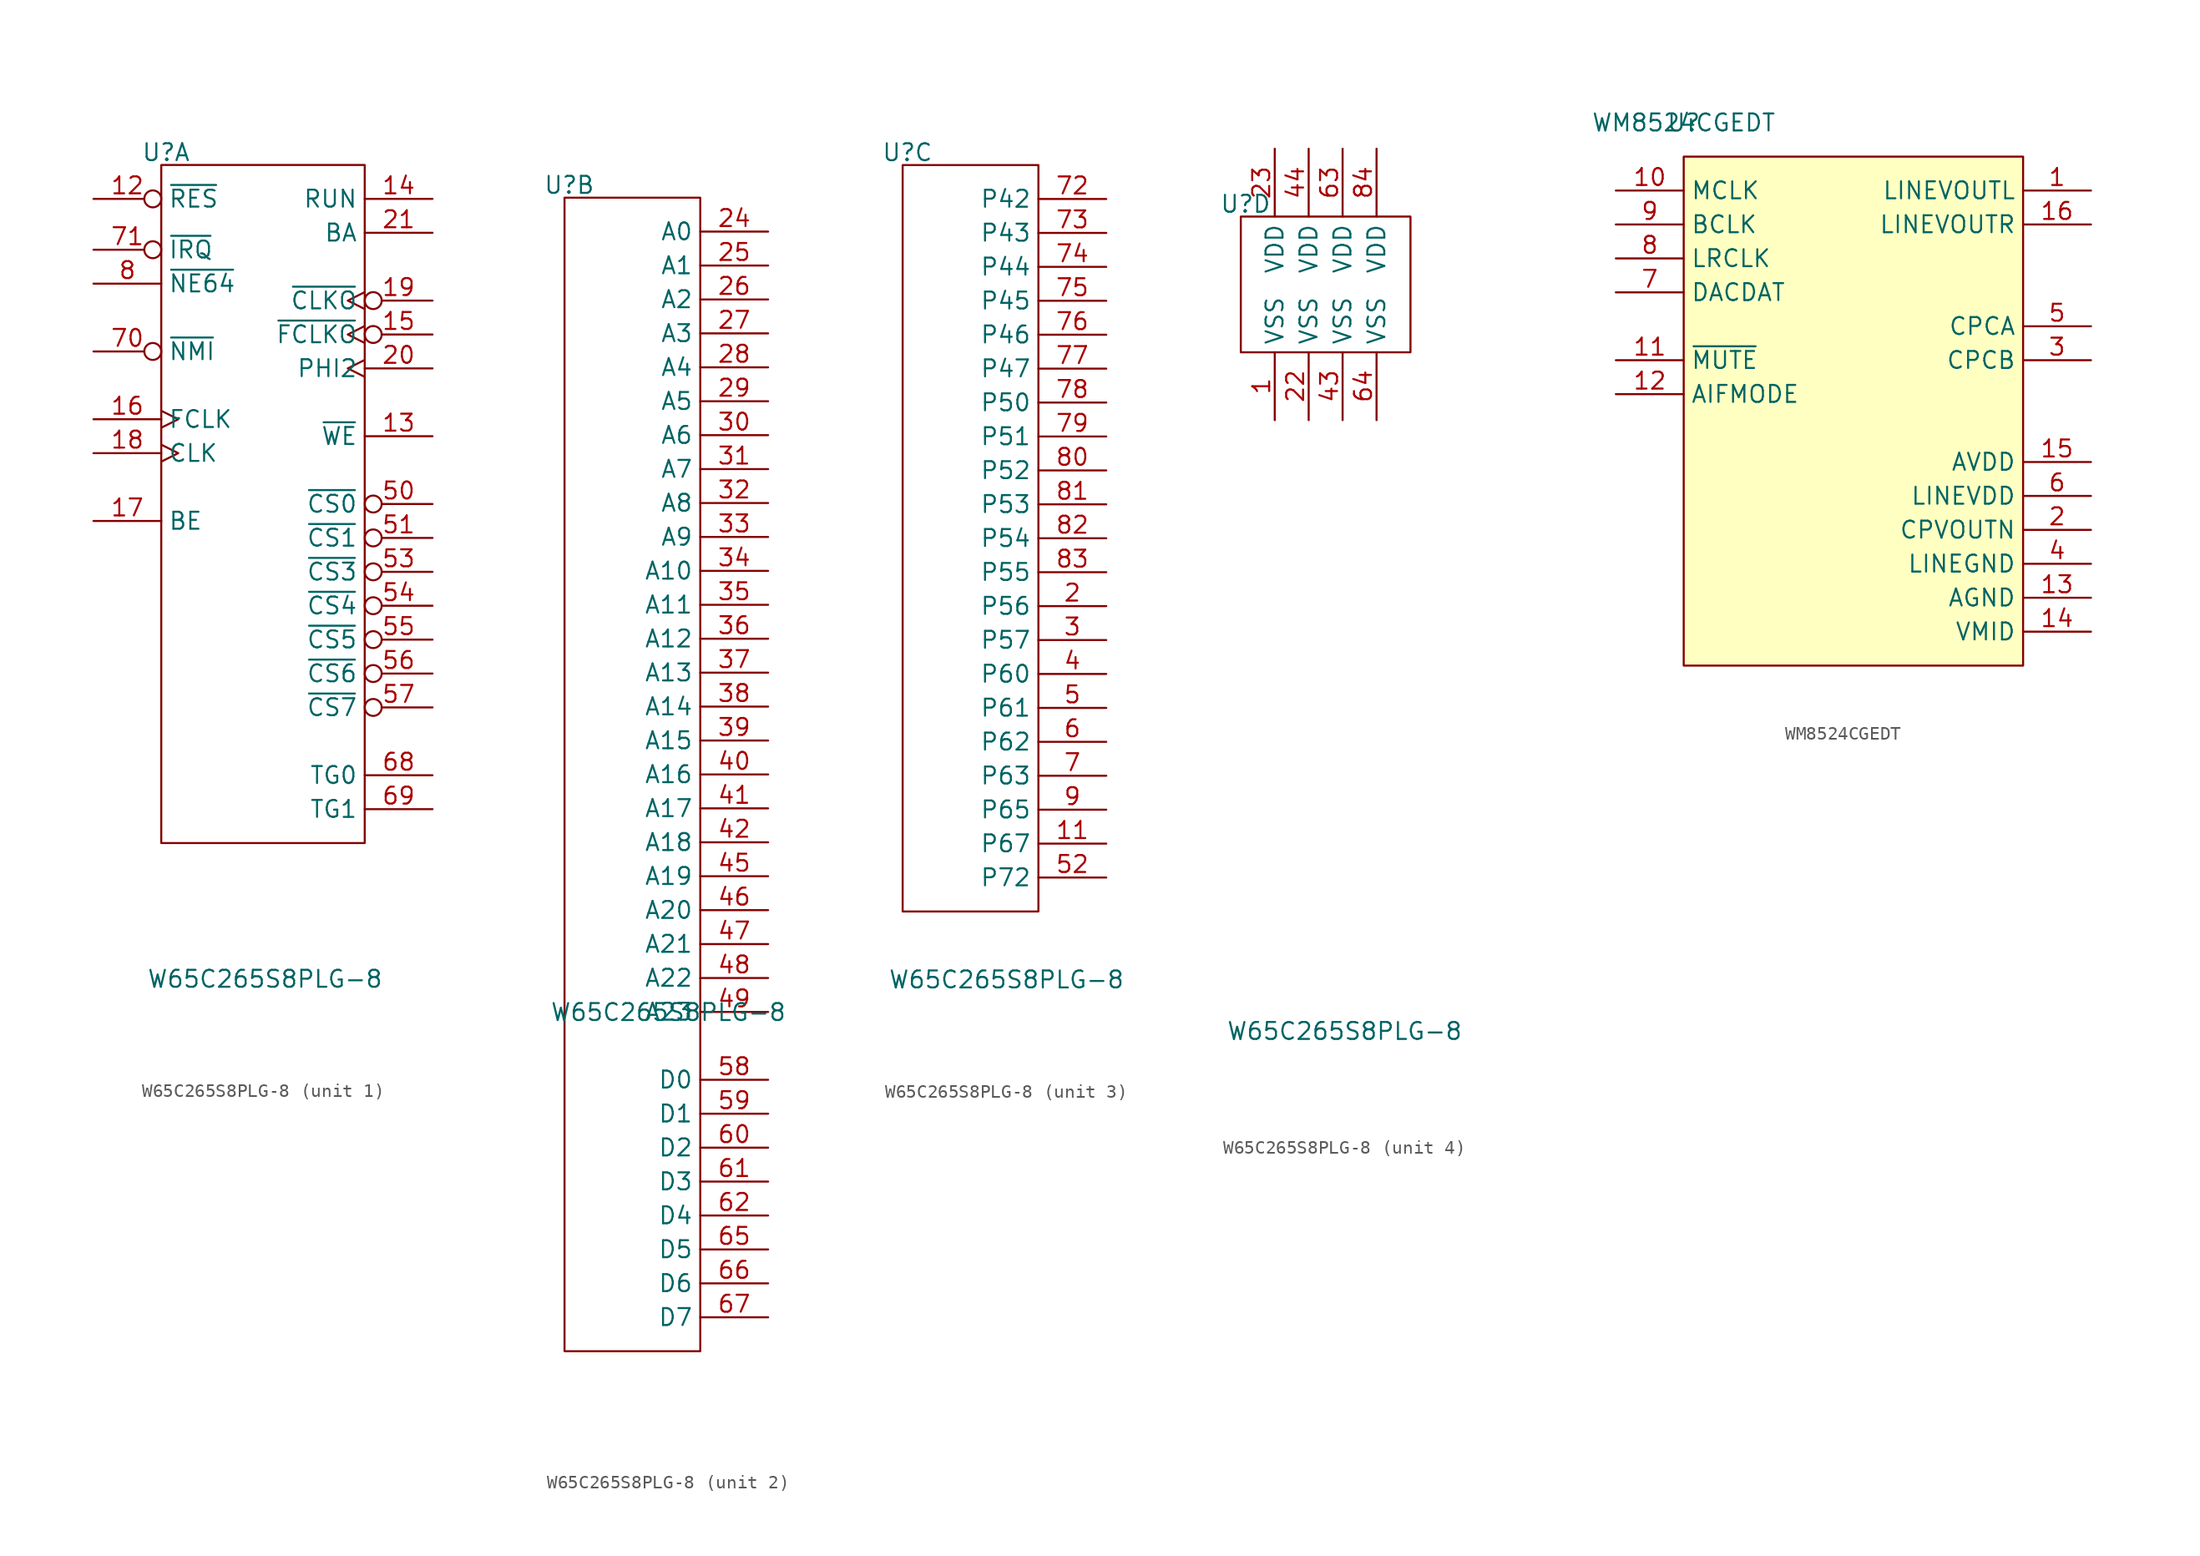
<source format=kicad_sym>
(kicad_symbol_lib
  (version 20220914)
  (generator kicad_symbol_editor)
  (symbol "W65C265S8PLG-8"
    (property "Reference" "U"
      (at -4.726 16.182 0)
      (effects (font (size 1.27 1.27))))
    (property "Value" "W65C265S8PLG-8"
      (at 2.691 -45.746 0)
      (effects (font (size 1.27 1.27))))
    (property "ki_locked" ""
      (at 0 0 0)
      (effects (font (size 1.27 1.27))))
    (symbol "W65C265S8PLG-8_1_1"
      (rectangle (start -5.08 15.24) (end 10.16 -35.56) (stroke (width 0) (type default)) (fill (type none)))
      (pin input inverted (at -10.16 12.7 0) (length 5.08) (name "~{RES}" (effects (font (size 1.27 1.27)))) (number "12" (effects (font (size 1.27 1.27)))))
      (pin output line (at 15.24 -5.08 180) (length 5.08) (name "~{WE}" (effects (font (size 1.27 1.27)))) (number "13" (effects (font (size 1.27 1.27)))))
      (pin output line (at 15.24 12.7 180) (length 5.08) (name "RUN" (effects (font (size 1.27 1.27)))) (number "14" (effects (font (size 1.27 1.27)))))
      (pin output inverted_clock (at 15.24 2.54 180) (length 5.08) (name "~{FCLKO}" (effects (font (size 1.27 1.27)))) (number "15" (effects (font (size 1.27 1.27)))))
      (pin input clock (at -10.16 -3.81 0) (length 5.08) (name "FCLK" (effects (font (size 1.27 1.27)))) (number "16" (effects (font (size 1.27 1.27)))))
      (pin input line (at -10.16 -11.43 0) (length 5.08) (name "BE" (effects (font (size 1.27 1.27)))) (number "17" (effects (font (size 1.27 1.27)))))
      (pin input clock (at -10.16 -6.35 0) (length 5.08) (name "CLK" (effects (font (size 1.27 1.27)))) (number "18" (effects (font (size 1.27 1.27)))))
      (pin output inverted_clock (at 15.24 5.08 180) (length 5.08) (name "~{CLKO}" (effects (font (size 1.27 1.27)))) (number "19" (effects (font (size 1.27 1.27)))))
      (pin output clock (at 15.24 0 180) (length 5.08) (name "PHI2" (effects (font (size 1.27 1.27)))) (number "20" (effects (font (size 1.27 1.27)))))
      (pin output line (at 15.24 10.16 180) (length 5.08) (name "BA" (effects (font (size 1.27 1.27)))) (number "21" (effects (font (size 1.27 1.27)))))
      (pin output inverted (at 15.24 -10.16 180) (length 5.08) (name "~{CS0}" (effects (font (size 1.27 1.27)))) (number "50" (effects (font (size 1.27 1.27)))))
      (pin output inverted (at 15.24 -12.7 180) (length 5.08) (name "~{CS1}" (effects (font (size 1.27 1.27)))) (number "51" (effects (font (size 1.27 1.27)))))
      (pin output inverted (at 15.24 -15.24 180) (length 5.08) (name "~{CS3}" (effects (font (size 1.27 1.27)))) (number "53" (effects (font (size 1.27 1.27)))))
      (pin output inverted (at 15.24 -17.78 180) (length 5.08) (name "~{CS4}" (effects (font (size 1.27 1.27)))) (number "54" (effects (font (size 1.27 1.27)))))
      (pin output inverted (at 15.24 -20.32 180) (length 5.08) (name "~{CS5}" (effects (font (size 1.27 1.27)))) (number "55" (effects (font (size 1.27 1.27)))))
      (pin output inverted (at 15.24 -22.86 180) (length 5.08) (name "~{CS6}" (effects (font (size 1.27 1.27)))) (number "56" (effects (font (size 1.27 1.27)))))
      (pin output inverted (at 15.24 -25.4 180) (length 5.08) (name "~{CS7}" (effects (font (size 1.27 1.27)))) (number "57" (effects (font (size 1.27 1.27)))))
      (pin output line (at 15.24 -30.48 180) (length 5.08) (name "TG0" (effects (font (size 1.27 1.27)))) (number "68" (effects (font (size 1.27 1.27)))))
      (pin output line (at 15.24 -33.02 180) (length 5.08) (name "TG1" (effects (font (size 1.27 1.27)))) (number "69" (effects (font (size 1.27 1.27)))))
      (pin input inverted (at -10.16 1.27 0) (length 5.08) (name "~{NMI}" (effects (font (size 1.27 1.27)))) (number "70" (effects (font (size 1.27 1.27)))))
      (pin input inverted (at -10.16 8.89 0) (length 5.08) (name "~{IRQ}" (effects (font (size 1.27 1.27)))) (number "71" (effects (font (size 1.27 1.27)))))
      (pin input line (at -10.16 6.35 0) (length 5.08) (name "~{NE64}" (effects (font (size 1.27 1.27)))) (number "8" (effects (font (size 1.27 1.27))))))
    (symbol "W65C265S8PLG-8_2_1"
      (rectangle (start -5.08 15.24) (end 5.08 -71.12) (stroke (width 0) (type default)) (fill (type none)))
      (pin output line (at 10.16 12.7 180) (length 5.08) (name "A0" (effects (font (size 1.27 1.27)))) (number "24" (effects (font (size 1.27 1.27)))))
      (pin output line (at 10.16 10.16 180) (length 5.08) (name "A1" (effects (font (size 1.27 1.27)))) (number "25" (effects (font (size 1.27 1.27)))))
      (pin output line (at 10.16 7.62 180) (length 5.08) (name "A2" (effects (font (size 1.27 1.27)))) (number "26" (effects (font (size 1.27 1.27)))))
      (pin output line (at 10.16 5.08 180) (length 5.08) (name "A3" (effects (font (size 1.27 1.27)))) (number "27" (effects (font (size 1.27 1.27)))))
      (pin output line (at 10.16 2.54 180) (length 5.08) (name "A4" (effects (font (size 1.27 1.27)))) (number "28" (effects (font (size 1.27 1.27)))))
      (pin output line (at 10.16 0 180) (length 5.08) (name "A5" (effects (font (size 1.27 1.27)))) (number "29" (effects (font (size 1.27 1.27)))))
      (pin output line (at 10.16 -2.54 180) (length 5.08) (name "A6" (effects (font (size 1.27 1.27)))) (number "30" (effects (font (size 1.27 1.27)))))
      (pin output line (at 10.16 -5.08 180) (length 5.08) (name "A7" (effects (font (size 1.27 1.27)))) (number "31" (effects (font (size 1.27 1.27)))))
      (pin output line (at 10.16 -7.62 180) (length 5.08) (name "A8" (effects (font (size 1.27 1.27)))) (number "32" (effects (font (size 1.27 1.27)))))
      (pin output line (at 10.16 -10.16 180) (length 5.08) (name "A9" (effects (font (size 1.27 1.27)))) (number "33" (effects (font (size 1.27 1.27)))))
      (pin output line (at 10.16 -12.7 180) (length 5.08) (name "A10" (effects (font (size 1.27 1.27)))) (number "34" (effects (font (size 1.27 1.27)))))
      (pin output line (at 10.16 -15.24 180) (length 5.08) (name "A11" (effects (font (size 1.27 1.27)))) (number "35" (effects (font (size 1.27 1.27)))))
      (pin output line (at 10.16 -17.78 180) (length 5.08) (name "A12" (effects (font (size 1.27 1.27)))) (number "36" (effects (font (size 1.27 1.27)))))
      (pin output line (at 10.16 -20.32 180) (length 5.08) (name "A13" (effects (font (size 1.27 1.27)))) (number "37" (effects (font (size 1.27 1.27)))))
      (pin output line (at 10.16 -22.86 180) (length 5.08) (name "A14" (effects (font (size 1.27 1.27)))) (number "38" (effects (font (size 1.27 1.27)))))
      (pin output line (at 10.16 -25.4 180) (length 5.08) (name "A15" (effects (font (size 1.27 1.27)))) (number "39" (effects (font (size 1.27 1.27)))))
      (pin output line (at 10.16 -27.94 180) (length 5.08) (name "A16" (effects (font (size 1.27 1.27)))) (number "40" (effects (font (size 1.27 1.27)))))
      (pin output line (at 10.16 -30.48 180) (length 5.08) (name "A17" (effects (font (size 1.27 1.27)))) (number "41" (effects (font (size 1.27 1.27)))))
      (pin output line (at 10.16 -33.02 180) (length 5.08) (name "A18" (effects (font (size 1.27 1.27)))) (number "42" (effects (font (size 1.27 1.27)))))
      (pin output line (at 10.16 -35.56 180) (length 5.08) (name "A19" (effects (font (size 1.27 1.27)))) (number "45" (effects (font (size 1.27 1.27)))))
      (pin output line (at 10.16 -38.1 180) (length 5.08) (name "A20" (effects (font (size 1.27 1.27)))) (number "46" (effects (font (size 1.27 1.27)))))
      (pin output line (at 10.16 -40.64 180) (length 5.08) (name "A21" (effects (font (size 1.27 1.27)))) (number "47" (effects (font (size 1.27 1.27)))))
      (pin output line (at 10.16 -43.18 180) (length 5.08) (name "A22" (effects (font (size 1.27 1.27)))) (number "48" (effects (font (size 1.27 1.27)))))
      (pin output line (at 10.16 -45.72 180) (length 5.08) (name "A23" (effects (font (size 1.27 1.27)))) (number "49" (effects (font (size 1.27 1.27)))))
      (pin bidirectional line (at 10.16 -50.8 180) (length 5.08) (name "D0" (effects (font (size 1.27 1.27)))) (number "58" (effects (font (size 1.27 1.27)))))
      (pin bidirectional line (at 10.16 -53.34 180) (length 5.08) (name "D1" (effects (font (size 1.27 1.27)))) (number "59" (effects (font (size 1.27 1.27)))))
      (pin bidirectional line (at 10.16 -55.88 180) (length 5.08) (name "D2" (effects (font (size 1.27 1.27)))) (number "60" (effects (font (size 1.27 1.27)))))
      (pin bidirectional line (at 10.16 -58.42 180) (length 5.08) (name "D3" (effects (font (size 1.27 1.27)))) (number "61" (effects (font (size 1.27 1.27)))))
      (pin bidirectional line (at 10.16 -60.96 180) (length 5.08) (name "D4" (effects (font (size 1.27 1.27)))) (number "62" (effects (font (size 1.27 1.27)))))
      (pin bidirectional line (at 10.16 -63.5 180) (length 5.08) (name "D5" (effects (font (size 1.27 1.27)))) (number "65" (effects (font (size 1.27 1.27)))))
      (pin bidirectional line (at 10.16 -66.04 180) (length 5.08) (name "D6" (effects (font (size 1.27 1.27)))) (number "66" (effects (font (size 1.27 1.27)))))
      (pin bidirectional line (at 10.16 -68.58 180) (length 5.08) (name "D7" (effects (font (size 1.27 1.27)))) (number "67" (effects (font (size 1.27 1.27))))))
    (symbol "W65C265S8PLG-8_3_1"
      (rectangle (start -5.08 15.24) (end 5.08 -40.64) (stroke (width 0) (type default)) (fill (type none)))
      (pin bidirectional line (at 10.16 -35.56 180) (length 5.08) (name "P67" (effects (font (size 1.27 1.27)))) (number "11" (effects (font (size 1.27 1.27)))))
      (pin bidirectional line (at 10.16 -17.78 180) (length 5.08) (name "P56" (effects (font (size 1.27 1.27)))) (number "2" (effects (font (size 1.27 1.27)))))
      (pin bidirectional line (at 10.16 -20.32 180) (length 5.08) (name "P57" (effects (font (size 1.27 1.27)))) (number "3" (effects (font (size 1.27 1.27)))))
      (pin bidirectional line (at 10.16 -22.86 180) (length 5.08) (name "P60" (effects (font (size 1.27 1.27)))) (number "4" (effects (font (size 1.27 1.27)))))
      (pin bidirectional line (at 10.16 -25.4 180) (length 5.08) (name "P61" (effects (font (size 1.27 1.27)))) (number "5" (effects (font (size 1.27 1.27)))))
      (pin output line (at 10.16 -38.1 180) (length 5.08) (name "P72" (effects (font (size 1.27 1.27)))) (number "52" (effects (font (size 1.27 1.27)))))
      (pin bidirectional line (at 10.16 -27.94 180) (length 5.08) (name "P62" (effects (font (size 1.27 1.27)))) (number "6" (effects (font (size 1.27 1.27)))))
      (pin bidirectional line (at 10.16 -30.48 180) (length 5.08) (name "P63" (effects (font (size 1.27 1.27)))) (number "7" (effects (font (size 1.27 1.27)))))
      (pin bidirectional line (at 10.16 12.7 180) (length 5.08) (name "P42" (effects (font (size 1.27 1.27)))) (number "72" (effects (font (size 1.27 1.27)))))
      (pin bidirectional line (at 10.16 10.16 180) (length 5.08) (name "P43" (effects (font (size 1.27 1.27)))) (number "73" (effects (font (size 1.27 1.27)))))
      (pin bidirectional line (at 10.16 7.62 180) (length 5.08) (name "P44" (effects (font (size 1.27 1.27)))) (number "74" (effects (font (size 1.27 1.27)))))
      (pin bidirectional line (at 10.16 5.08 180) (length 5.08) (name "P45" (effects (font (size 1.27 1.27)))) (number "75" (effects (font (size 1.27 1.27)))))
      (pin bidirectional line (at 10.16 2.54 180) (length 5.08) (name "P46" (effects (font (size 1.27 1.27)))) (number "76" (effects (font (size 1.27 1.27)))))
      (pin bidirectional line (at 10.16 0 180) (length 5.08) (name "P47" (effects (font (size 1.27 1.27)))) (number "77" (effects (font (size 1.27 1.27)))))
      (pin bidirectional line (at 10.16 -2.54 180) (length 5.08) (name "P50" (effects (font (size 1.27 1.27)))) (number "78" (effects (font (size 1.27 1.27)))))
      (pin bidirectional line (at 10.16 -5.08 180) (length 5.08) (name "P51" (effects (font (size 1.27 1.27)))) (number "79" (effects (font (size 1.27 1.27)))))
      (pin bidirectional line (at 10.16 -7.62 180) (length 5.08) (name "P52" (effects (font (size 1.27 1.27)))) (number "80" (effects (font (size 1.27 1.27)))))
      (pin bidirectional line (at 10.16 -10.16 180) (length 5.08) (name "P53" (effects (font (size 1.27 1.27)))) (number "81" (effects (font (size 1.27 1.27)))))
      (pin bidirectional line (at 10.16 -12.7 180) (length 5.08) (name "P54" (effects (font (size 1.27 1.27)))) (number "82" (effects (font (size 1.27 1.27)))))
      (pin bidirectional line (at 10.16 -15.24 180) (length 5.08) (name "P55" (effects (font (size 1.27 1.27)))) (number "83" (effects (font (size 1.27 1.27)))))
      (pin bidirectional line (at 10.16 -33.02 180) (length 5.08) (name "P65" (effects (font (size 1.27 1.27)))) (number "9" (effects (font (size 1.27 1.27))))))
    (symbol "W65C265S8PLG-8_4_1"
      (rectangle (start -5.08 15.24) (end 7.62 5.08) (stroke (width 0) (type default)) (fill (type none)))
      (pin power_in line (at -2.54 0 90) (length 5.08) (name "VSS" (effects (font (size 1.27 1.27)))) (number "1" (effects (font (size 1.27 1.27)))))
      (pin power_in line (at 0 0 90) (length 5.08) (name "VSS" (effects (font (size 1.27 1.27)))) (number "22" (effects (font (size 1.27 1.27)))))
      (pin power_in line (at -2.54 20.32 270) (length 5.08) (name "VDD" (effects (font (size 1.27 1.27)))) (number "23" (effects (font (size 1.27 1.27)))))
      (pin power_in line (at 2.54 0 90) (length 5.08) (name "VSS" (effects (font (size 1.27 1.27)))) (number "43" (effects (font (size 1.27 1.27)))))
      (pin power_in line (at 0 20.32 270) (length 5.08) (name "VDD" (effects (font (size 1.27 1.27)))) (number "44" (effects (font (size 1.27 1.27)))))
      (pin power_in line (at 2.54 20.32 270) (length 5.08) (name "VDD" (effects (font (size 1.27 1.27)))) (number "63" (effects (font (size 1.27 1.27)))))
      (pin power_in line (at 5.08 0 90) (length 5.08) (name "VSS" (effects (font (size 1.27 1.27)))) (number "64" (effects (font (size 1.27 1.27)))))
      (pin power_in line (at 5.08 20.32 270) (length 5.08) (name "VDD" (effects (font (size 1.27 1.27)))) (number "84" (effects (font (size 1.27 1.27)))))))
  (symbol "WM8524CGEDT"
    (property "Reference" "U"
      (at 0 2.54 0)
      (effects (font (size 1.27 1.27))))
    (property "Value" "WM8524CGEDT"
      (at 0 2.54 0)
      (effects (font (size 1.27 1.27))))
    (symbol "WM8524CGEDT_0_1"
      (rectangle (start 0 0) (end 25.4 -38.1) (stroke (width 0) (type solid)) (fill (type background))))
    (symbol "WM8524CGEDT_1_1"
      (pin output line (at 30.48 -2.54 180) (length 5.08) (name "LINEVOUTL" (effects (font (size 1.27 1.27)))) (number "1" (effects (font (size 1.27 1.27)))))
      (pin input line (at -5.08 -2.54 0) (length 5.08) (name "MCLK" (effects (font (size 1.27 1.27)))) (number "10" (effects (font (size 1.27 1.27)))))
      (pin input line (at -5.08 -15.24 0) (length 5.08) (name "~{MUTE}" (effects (font (size 1.27 1.27)))) (number "11" (effects (font (size 1.27 1.27)))))
      (pin input line (at -5.08 -17.78 0) (length 5.08) (name "AIFMODE" (effects (font (size 1.27 1.27)))) (number "12" (effects (font (size 1.27 1.27)))))
      (pin power_in line (at 30.48 -33.02 180) (length 5.08) (name "AGND" (effects (font (size 1.27 1.27)))) (number "13" (effects (font (size 1.27 1.27)))))
      (pin power_in line (at 30.48 -35.56 180) (length 5.08) (name "VMID" (effects (font (size 1.27 1.27)))) (number "14" (effects (font (size 1.27 1.27)))))
      (pin power_in line (at 30.48 -22.86 180) (length 5.08) (name "AVDD" (effects (font (size 1.27 1.27)))) (number "15" (effects (font (size 1.27 1.27)))))
      (pin output line (at 30.48 -5.08 180) (length 5.08) (name "LINEVOUTR" (effects (font (size 1.27 1.27)))) (number "16" (effects (font (size 1.27 1.27)))))
      (pin power_out line (at 30.48 -27.94 180) (length 5.08) (name "CPVOUTN" (effects (font (size 1.27 1.27)))) (number "2" (effects (font (size 1.27 1.27)))))
      (pin passive line (at 30.48 -15.24 180) (length 5.08) (name "CPCB" (effects (font (size 1.27 1.27)))) (number "3" (effects (font (size 1.27 1.27)))))
      (pin power_in line (at 30.48 -30.48 180) (length 5.08) (name "LINEGND" (effects (font (size 1.27 1.27)))) (number "4" (effects (font (size 1.27 1.27)))))
      (pin passive line (at 30.48 -12.7 180) (length 5.08) (name "CPCA" (effects (font (size 1.27 1.27)))) (number "5" (effects (font (size 1.27 1.27)))))
      (pin power_in line (at 30.48 -25.4 180) (length 5.08) (name "LINEVDD" (effects (font (size 1.27 1.27)))) (number "6" (effects (font (size 1.27 1.27)))))
      (pin input line (at -5.08 -10.16 0) (length 5.08) (name "DACDAT" (effects (font (size 1.27 1.27)))) (number "7" (effects (font (size 1.27 1.27)))))
      (pin input line (at -5.08 -7.62 0) (length 5.08) (name "LRCLK" (effects (font (size 1.27 1.27)))) (number "8" (effects (font (size 1.27 1.27)))))
      (pin input line (at -5.08 -5.08 0) (length 5.08) (name "BCLK" (effects (font (size 1.27 1.27)))) (number "9" (effects (font (size 1.27 1.27))))))))
</source>
